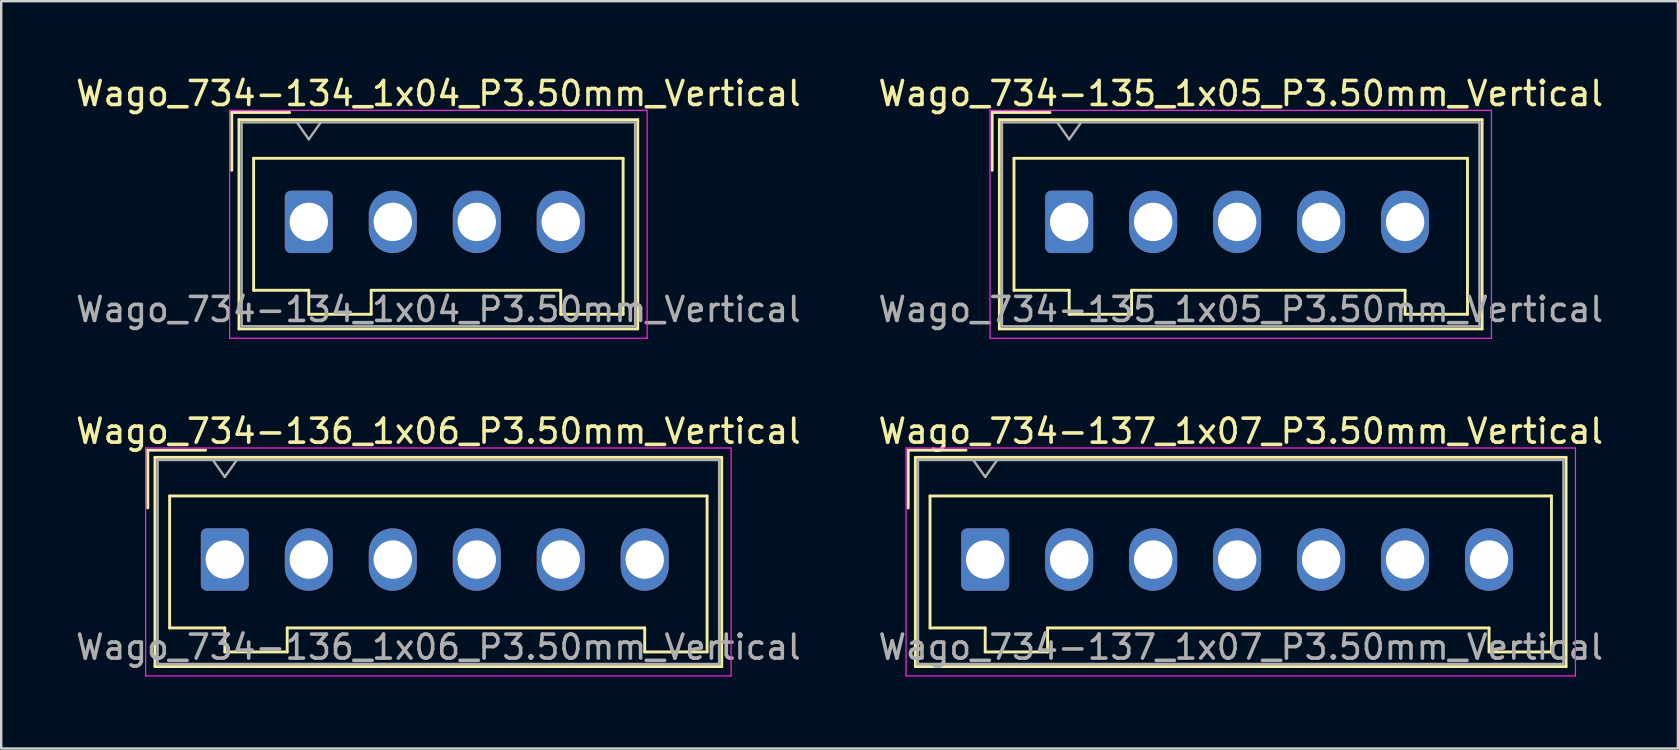
<source format=kicad_pcb>
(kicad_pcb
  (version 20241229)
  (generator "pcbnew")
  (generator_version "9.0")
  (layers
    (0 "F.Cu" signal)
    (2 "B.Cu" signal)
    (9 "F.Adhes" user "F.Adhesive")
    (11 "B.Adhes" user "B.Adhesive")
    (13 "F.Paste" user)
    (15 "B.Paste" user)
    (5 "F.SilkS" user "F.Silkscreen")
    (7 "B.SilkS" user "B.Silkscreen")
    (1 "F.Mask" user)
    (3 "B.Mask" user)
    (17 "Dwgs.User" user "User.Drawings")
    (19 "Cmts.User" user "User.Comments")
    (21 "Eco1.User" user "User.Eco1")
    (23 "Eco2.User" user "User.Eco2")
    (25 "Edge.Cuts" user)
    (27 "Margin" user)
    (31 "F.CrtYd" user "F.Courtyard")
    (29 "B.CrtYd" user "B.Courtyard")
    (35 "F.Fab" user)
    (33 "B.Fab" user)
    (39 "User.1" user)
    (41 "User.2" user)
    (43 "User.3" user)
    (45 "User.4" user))
  (footprint "Wago_734-136_1x06_P3.50mm_Vertical"
    (layer "F.Cu")
    (at 6.32 20.271)
    (property "Reference" "Wago_734-136_1x06_P3.50mm_Vertical" (at 8.9 -5.35 0) (layer "F.SilkS") (effects (font (size 1 1) (thickness 0.15))))
    (attr through_hole)
    (fp_line (start -3.21 -4.56) (end -0.8 -4.56) (stroke (width 0.12) (type solid)) (layer "F.SilkS"))
    (fp_line (start -3.21 -2.15) (end -3.21 -4.56) (stroke (width 0.12) (type solid)) (layer "F.SilkS"))
    (fp_line (start -2.91 -4.26) (end -2.91 4.46) (stroke (width 0.12) (type solid)) (layer "F.SilkS"))
    (fp_line (start -2.91 4.46) (end 20.71 4.46) (stroke (width 0.12) (type solid)) (layer "F.SilkS"))
    (fp_line (start -2.3 -2.65) (end -2.3 2.85) (stroke (width 0.12) (type solid)) (layer "F.SilkS"))
    (fp_line (start -2.3 2.85) (end 0 2.85) (stroke (width 0.12) (type solid)) (layer "F.SilkS"))
    (fp_line (start 0 2.85) (end 0 3.85) (stroke (width 0.12) (type solid)) (layer "F.SilkS"))
    (fp_line (start 0 3.85) (end 2.6 3.85) (stroke (width 0.12) (type solid)) (layer "F.SilkS"))
    (fp_line (start 2.6 2.85) (end 17.5 2.85) (stroke (width 0.12) (type solid)) (layer "F.SilkS"))
    (fp_line (start 2.6 3.85) (end 2.6 2.85) (stroke (width 0.12) (type solid)) (layer "F.SilkS"))
    (fp_line (start 17.5 2.85) (end 17.5 3.85) (stroke (width 0.12) (type solid)) (layer "F.SilkS"))
    (fp_line (start 17.5 3.85) (end 20.1 3.85) (stroke (width 0.12) (type solid)) (layer "F.SilkS"))
    (fp_line (start 20.1 -2.65) (end -2.3 -2.65) (stroke (width 0.12) (type solid)) (layer "F.SilkS"))
    (fp_line (start 20.1 3.85) (end 20.1 -2.65) (stroke (width 0.12) (type solid)) (layer "F.SilkS"))
    (fp_line (start 20.71 -4.26) (end -2.91 -4.26) (stroke (width 0.12) (type solid)) (layer "F.SilkS"))
    (fp_line (start 20.71 4.46) (end 20.71 -4.26) (stroke (width 0.12) (type solid)) (layer "F.SilkS"))
    (fp_line (start -3.3 -4.65) (end -3.3 4.85) (stroke (width 0.05) (type solid)) (layer "F.CrtYd"))
    (fp_line (start -3.3 4.85) (end 21.1 4.85) (stroke (width 0.05) (type solid)) (layer "F.CrtYd"))
    (fp_line (start 21.1 -4.65) (end -3.3 -4.65) (stroke (width 0.05) (type solid)) (layer "F.CrtYd"))
    (fp_line (start 21.1 4.85) (end 21.1 -4.65) (stroke (width 0.05) (type solid)) (layer "F.CrtYd"))
    (fp_line (start -2.8 -4.15) (end -2.8 4.35) (stroke (width 0.1) (type solid)) (layer "F.Fab"))
    (fp_line (start -2.8 4.35) (end 20.6 4.35) (stroke (width 0.1) (type solid)) (layer "F.Fab"))
    (fp_line (start -0.5 -4.15) (end 0 -3.443) (stroke (width 0.1) (type solid)) (layer "F.Fab"))
    (fp_line (start 0 -3.443) (end 0.5 -4.15) (stroke (width 0.1) (type solid)) (layer "F.Fab"))
    (fp_line (start 20.6 -4.15) (end -2.8 -4.15) (stroke (width 0.1) (type solid)) (layer "F.Fab"))
    (fp_line (start 20.6 4.35) (end 20.6 -4.15) (stroke (width 0.1) (type solid)) (layer "F.Fab"))
    (fp_text user "${REFERENCE}" (at 8.9 3.65 0) (layer "F.Fab") (effects (font (size 1 1) (thickness 0.15))))
    (pad "1" thru_hole roundrect (at 0 0) (size 2 2.6) (drill 1.6) (layers "*.Cu" "*.Mask") (roundrect_rratio 0.125))
    (pad "2" thru_hole oval (at 3.5 0) (size 2 2.6) (drill 1.6) (layers "*.Cu" "*.Mask"))
    (pad "3" thru_hole oval (at 7 0) (size 2 2.6) (drill 1.6) (layers "*.Cu" "*.Mask"))
    (pad "4" thru_hole oval (at 10.5 0) (size 2 2.6) (drill 1.6) (layers "*.Cu" "*.Mask"))
    (pad "5" thru_hole oval (at 14 0) (size 2 2.6) (drill 1.6) (layers "*.Cu" "*.Mask"))
    (pad "6" thru_hole oval (at 17.5 0) (size 2 2.6) (drill 1.6) (layers "*.Cu" "*.Mask")))
  (footprint "Wago_734-134_1x04_P3.50mm_Vertical"
    (layer "F.Cu")
    (at 9.82 6.198)
    (property "Reference" "Wago_734-134_1x04_P3.50mm_Vertical" (at 5.4 -5.35 0) (layer "F.SilkS") (effects (font (size 1 1) (thickness 0.15))))
    (attr through_hole)
    (fp_line (start -3.21 -4.56) (end -0.8 -4.56) (stroke (width 0.12) (type solid)) (layer "F.SilkS"))
    (fp_line (start -3.21 -2.15) (end -3.21 -4.56) (stroke (width 0.12) (type solid)) (layer "F.SilkS"))
    (fp_line (start -2.91 -4.26) (end -2.91 4.46) (stroke (width 0.12) (type solid)) (layer "F.SilkS"))
    (fp_line (start -2.91 4.46) (end 13.71 4.46) (stroke (width 0.12) (type solid)) (layer "F.SilkS"))
    (fp_line (start -2.3 -2.65) (end -2.3 2.85) (stroke (width 0.12) (type solid)) (layer "F.SilkS"))
    (fp_line (start -2.3 2.85) (end 0 2.85) (stroke (width 0.12) (type solid)) (layer "F.SilkS"))
    (fp_line (start 0 2.85) (end 0 3.85) (stroke (width 0.12) (type solid)) (layer "F.SilkS"))
    (fp_line (start 0 3.85) (end 2.6 3.85) (stroke (width 0.12) (type solid)) (layer "F.SilkS"))
    (fp_line (start 2.6 2.85) (end 10.5 2.85) (stroke (width 0.12) (type solid)) (layer "F.SilkS"))
    (fp_line (start 2.6 3.85) (end 2.6 2.85) (stroke (width 0.12) (type solid)) (layer "F.SilkS"))
    (fp_line (start 10.5 2.85) (end 10.5 3.85) (stroke (width 0.12) (type solid)) (layer "F.SilkS"))
    (fp_line (start 10.5 3.85) (end 13.1 3.85) (stroke (width 0.12) (type solid)) (layer "F.SilkS"))
    (fp_line (start 13.1 -2.65) (end -2.3 -2.65) (stroke (width 0.12) (type solid)) (layer "F.SilkS"))
    (fp_line (start 13.1 3.85) (end 13.1 -2.65) (stroke (width 0.12) (type solid)) (layer "F.SilkS"))
    (fp_line (start 13.71 -4.26) (end -2.91 -4.26) (stroke (width 0.12) (type solid)) (layer "F.SilkS"))
    (fp_line (start 13.71 4.46) (end 13.71 -4.26) (stroke (width 0.12) (type solid)) (layer "F.SilkS"))
    (fp_line (start -3.3 -4.65) (end -3.3 4.85) (stroke (width 0.05) (type solid)) (layer "F.CrtYd"))
    (fp_line (start -3.3 4.85) (end 14.1 4.85) (stroke (width 0.05) (type solid)) (layer "F.CrtYd"))
    (fp_line (start 14.1 -4.65) (end -3.3 -4.65) (stroke (width 0.05) (type solid)) (layer "F.CrtYd"))
    (fp_line (start 14.1 4.85) (end 14.1 -4.65) (stroke (width 0.05) (type solid)) (layer "F.CrtYd"))
    (fp_line (start -2.8 -4.15) (end -2.8 4.35) (stroke (width 0.1) (type solid)) (layer "F.Fab"))
    (fp_line (start -2.8 4.35) (end 13.6 4.35) (stroke (width 0.1) (type solid)) (layer "F.Fab"))
    (fp_line (start -0.5 -4.15) (end 0 -3.443) (stroke (width 0.1) (type solid)) (layer "F.Fab"))
    (fp_line (start 0 -3.443) (end 0.5 -4.15) (stroke (width 0.1) (type solid)) (layer "F.Fab"))
    (fp_line (start 13.6 -4.15) (end -2.8 -4.15) (stroke (width 0.1) (type solid)) (layer "F.Fab"))
    (fp_line (start 13.6 4.35) (end 13.6 -4.15) (stroke (width 0.1) (type solid)) (layer "F.Fab"))
    (fp_text user "${REFERENCE}" (at 5.4 3.65 0) (layer "F.Fab") (effects (font (size 1 1) (thickness 0.15))))
    (pad "1" thru_hole roundrect (at 0 0) (size 2 2.6) (drill 1.6) (layers "*.Cu" "*.Mask") (roundrect_rratio 0.125))
    (pad "2" thru_hole oval (at 3.5 0) (size 2 2.6) (drill 1.6) (layers "*.Cu" "*.Mask"))
    (pad "3" thru_hole oval (at 7 0) (size 2 2.6) (drill 1.6) (layers "*.Cu" "*.Mask"))
    (pad "4" thru_hole oval (at 10.5 0) (size 2 2.6) (drill 1.6) (layers "*.Cu" "*.Mask")))
  (footprint "Wago_734-137_1x07_P3.50mm_Vertical"
    (layer "F.Cu")
    (at 38.011 20.271)
    (property "Reference" "Wago_734-137_1x07_P3.50mm_Vertical" (at 10.65 -5.35 0) (layer "F.SilkS") (effects (font (size 1 1) (thickness 0.15))))
    (attr through_hole)
    (fp_line (start -3.21 -4.56) (end -0.8 -4.56) (stroke (width 0.12) (type solid)) (layer "F.SilkS"))
    (fp_line (start -3.21 -2.15) (end -3.21 -4.56) (stroke (width 0.12) (type solid)) (layer "F.SilkS"))
    (fp_line (start -2.91 -4.26) (end -2.91 4.46) (stroke (width 0.12) (type solid)) (layer "F.SilkS"))
    (fp_line (start -2.91 4.46) (end 24.21 4.46) (stroke (width 0.12) (type solid)) (layer "F.SilkS"))
    (fp_line (start -2.3 -2.65) (end -2.3 2.85) (stroke (width 0.12) (type solid)) (layer "F.SilkS"))
    (fp_line (start -2.3 2.85) (end 0 2.85) (stroke (width 0.12) (type solid)) (layer "F.SilkS"))
    (fp_line (start 0 2.85) (end 0 3.85) (stroke (width 0.12) (type solid)) (layer "F.SilkS"))
    (fp_line (start 0 3.85) (end 2.6 3.85) (stroke (width 0.12) (type solid)) (layer "F.SilkS"))
    (fp_line (start 2.6 2.85) (end 21 2.85) (stroke (width 0.12) (type solid)) (layer "F.SilkS"))
    (fp_line (start 2.6 3.85) (end 2.6 2.85) (stroke (width 0.12) (type solid)) (layer "F.SilkS"))
    (fp_line (start 21 2.85) (end 21 3.85) (stroke (width 0.12) (type solid)) (layer "F.SilkS"))
    (fp_line (start 21 3.85) (end 23.6 3.85) (stroke (width 0.12) (type solid)) (layer "F.SilkS"))
    (fp_line (start 23.6 -2.65) (end -2.3 -2.65) (stroke (width 0.12) (type solid)) (layer "F.SilkS"))
    (fp_line (start 23.6 3.85) (end 23.6 -2.65) (stroke (width 0.12) (type solid)) (layer "F.SilkS"))
    (fp_line (start 24.21 -4.26) (end -2.91 -4.26) (stroke (width 0.12) (type solid)) (layer "F.SilkS"))
    (fp_line (start 24.21 4.46) (end 24.21 -4.26) (stroke (width 0.12) (type solid)) (layer "F.SilkS"))
    (fp_line (start -3.3 -4.65) (end -3.3 4.85) (stroke (width 0.05) (type solid)) (layer "F.CrtYd"))
    (fp_line (start -3.3 4.85) (end 24.6 4.85) (stroke (width 0.05) (type solid)) (layer "F.CrtYd"))
    (fp_line (start 24.6 -4.65) (end -3.3 -4.65) (stroke (width 0.05) (type solid)) (layer "F.CrtYd"))
    (fp_line (start 24.6 4.85) (end 24.6 -4.65) (stroke (width 0.05) (type solid)) (layer "F.CrtYd"))
    (fp_line (start -2.8 -4.15) (end -2.8 4.35) (stroke (width 0.1) (type solid)) (layer "F.Fab"))
    (fp_line (start -2.8 4.35) (end 24.1 4.35) (stroke (width 0.1) (type solid)) (layer "F.Fab"))
    (fp_line (start -0.5 -4.15) (end 0 -3.443) (stroke (width 0.1) (type solid)) (layer "F.Fab"))
    (fp_line (start 0 -3.443) (end 0.5 -4.15) (stroke (width 0.1) (type solid)) (layer "F.Fab"))
    (fp_line (start 24.1 -4.15) (end -2.8 -4.15) (stroke (width 0.1) (type solid)) (layer "F.Fab"))
    (fp_line (start 24.1 4.35) (end 24.1 -4.15) (stroke (width 0.1) (type solid)) (layer "F.Fab"))
    (fp_text user "${REFERENCE}" (at 10.65 3.65 0) (layer "F.Fab") (effects (font (size 1 1) (thickness 0.15))))
    (pad "1" thru_hole roundrect (at 0 0) (size 2 2.6) (drill 1.6) (layers "*.Cu" "*.Mask") (roundrect_rratio 0.125))
    (pad "2" thru_hole oval (at 3.5 0) (size 2 2.6) (drill 1.6) (layers "*.Cu" "*.Mask"))
    (pad "3" thru_hole oval (at 7 0) (size 2 2.6) (drill 1.6) (layers "*.Cu" "*.Mask"))
    (pad "4" thru_hole oval (at 10.5 0) (size 2 2.6) (drill 1.6) (layers "*.Cu" "*.Mask"))
    (pad "5" thru_hole oval (at 14 0) (size 2 2.6) (drill 1.6) (layers "*.Cu" "*.Mask"))
    (pad "6" thru_hole oval (at 17.5 0) (size 2 2.6) (drill 1.6) (layers "*.Cu" "*.Mask"))
    (pad "7" thru_hole oval (at 21 0) (size 2 2.6) (drill 1.6) (layers "*.Cu" "*.Mask")))
  (footprint "Wago_734-135_1x05_P3.50mm_Vertical"
    (layer "F.Cu")
    (at 41.511 6.198)
    (property "Reference" "Wago_734-135_1x05_P3.50mm_Vertical" (at 7.15 -5.35 0) (layer "F.SilkS") (effects (font (size 1 1) (thickness 0.15))))
    (attr through_hole)
    (fp_line (start -3.21 -4.56) (end -0.8 -4.56) (stroke (width 0.12) (type solid)) (layer "F.SilkS"))
    (fp_line (start -3.21 -2.15) (end -3.21 -4.56) (stroke (width 0.12) (type solid)) (layer "F.SilkS"))
    (fp_line (start -2.91 -4.26) (end -2.91 4.46) (stroke (width 0.12) (type solid)) (layer "F.SilkS"))
    (fp_line (start -2.91 4.46) (end 17.21 4.46) (stroke (width 0.12) (type solid)) (layer "F.SilkS"))
    (fp_line (start -2.3 -2.65) (end -2.3 2.85) (stroke (width 0.12) (type solid)) (layer "F.SilkS"))
    (fp_line (start -2.3 2.85) (end 0 2.85) (stroke (width 0.12) (type solid)) (layer "F.SilkS"))
    (fp_line (start 0 2.85) (end 0 3.85) (stroke (width 0.12) (type solid)) (layer "F.SilkS"))
    (fp_line (start 0 3.85) (end 2.6 3.85) (stroke (width 0.12) (type solid)) (layer "F.SilkS"))
    (fp_line (start 2.6 2.85) (end 14 2.85) (stroke (width 0.12) (type solid)) (layer "F.SilkS"))
    (fp_line (start 2.6 3.85) (end 2.6 2.85) (stroke (width 0.12) (type solid)) (layer "F.SilkS"))
    (fp_line (start 14 2.85) (end 14 3.85) (stroke (width 0.12) (type solid)) (layer "F.SilkS"))
    (fp_line (start 14 3.85) (end 16.6 3.85) (stroke (width 0.12) (type solid)) (layer "F.SilkS"))
    (fp_line (start 16.6 -2.65) (end -2.3 -2.65) (stroke (width 0.12) (type solid)) (layer "F.SilkS"))
    (fp_line (start 16.6 3.85) (end 16.6 -2.65) (stroke (width 0.12) (type solid)) (layer "F.SilkS"))
    (fp_line (start 17.21 -4.26) (end -2.91 -4.26) (stroke (width 0.12) (type solid)) (layer "F.SilkS"))
    (fp_line (start 17.21 4.46) (end 17.21 -4.26) (stroke (width 0.12) (type solid)) (layer "F.SilkS"))
    (fp_line (start -3.3 -4.65) (end -3.3 4.85) (stroke (width 0.05) (type solid)) (layer "F.CrtYd"))
    (fp_line (start -3.3 4.85) (end 17.6 4.85) (stroke (width 0.05) (type solid)) (layer "F.CrtYd"))
    (fp_line (start 17.6 -4.65) (end -3.3 -4.65) (stroke (width 0.05) (type solid)) (layer "F.CrtYd"))
    (fp_line (start 17.6 4.85) (end 17.6 -4.65) (stroke (width 0.05) (type solid)) (layer "F.CrtYd"))
    (fp_line (start -2.8 -4.15) (end -2.8 4.35) (stroke (width 0.1) (type solid)) (layer "F.Fab"))
    (fp_line (start -2.8 4.35) (end 17.1 4.35) (stroke (width 0.1) (type solid)) (layer "F.Fab"))
    (fp_line (start -0.5 -4.15) (end 0 -3.443) (stroke (width 0.1) (type solid)) (layer "F.Fab"))
    (fp_line (start 0 -3.443) (end 0.5 -4.15) (stroke (width 0.1) (type solid)) (layer "F.Fab"))
    (fp_line (start 17.1 -4.15) (end -2.8 -4.15) (stroke (width 0.1) (type solid)) (layer "F.Fab"))
    (fp_line (start 17.1 4.35) (end 17.1 -4.15) (stroke (width 0.1) (type solid)) (layer "F.Fab"))
    (fp_text user "${REFERENCE}" (at 7.15 3.65 0) (layer "F.Fab") (effects (font (size 1 1) (thickness 0.15))))
    (pad "1" thru_hole roundrect (at 0 0) (size 2 2.6) (drill 1.6) (layers "*.Cu" "*.Mask") (roundrect_rratio 0.125))
    (pad "2" thru_hole oval (at 3.5 0) (size 2 2.6) (drill 1.6) (layers "*.Cu" "*.Mask"))
    (pad "3" thru_hole oval (at 7 0) (size 2 2.6) (drill 1.6) (layers "*.Cu" "*.Mask"))
    (pad "4" thru_hole oval (at 10.5 0) (size 2 2.6) (drill 1.6) (layers "*.Cu" "*.Mask"))
    (pad "5" thru_hole oval (at 14 0) (size 2 2.6) (drill 1.6) (layers "*.Cu" "*.Mask")))
  (gr_rect
    (start -3 -3)
    (end 66.881 28.146)
    (stroke (width 0.1) (type default))
    (fill no)
    (layer "Edge.Cuts")))
</source>
